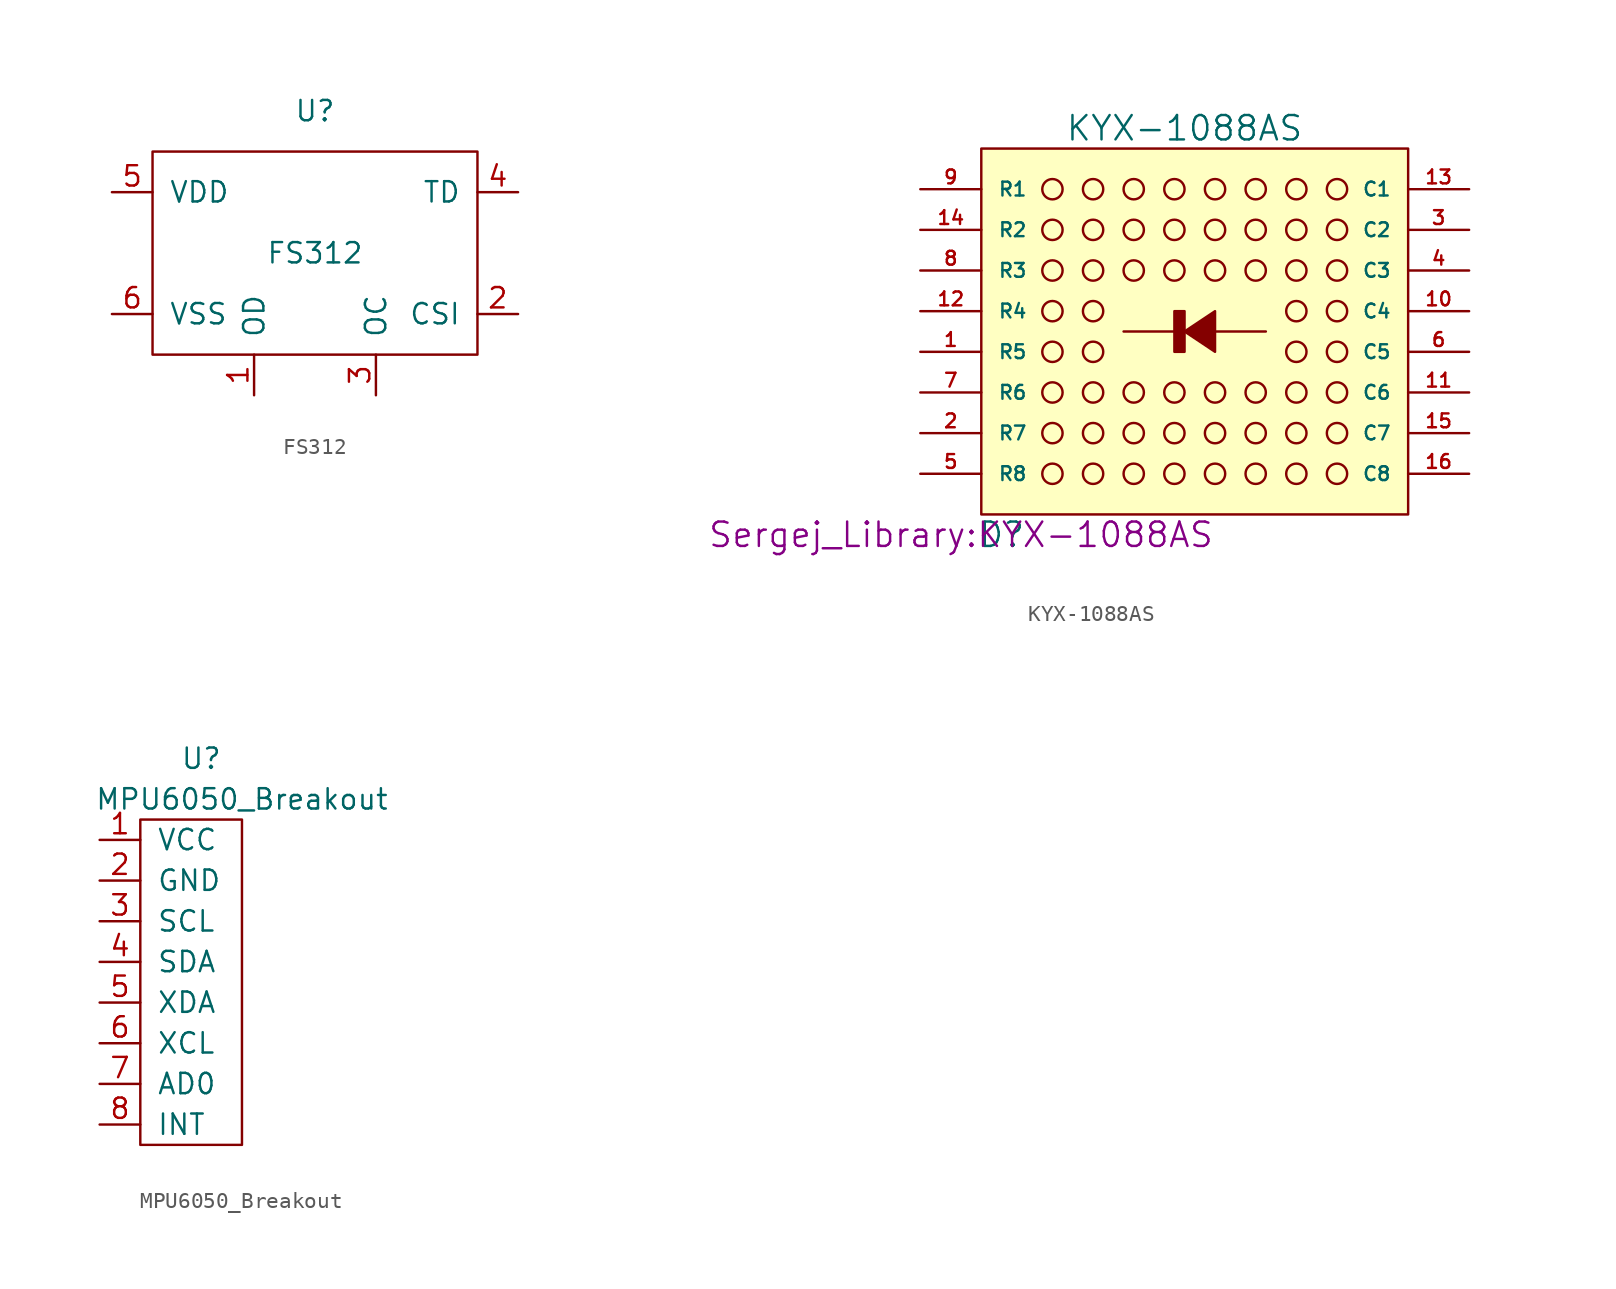
<source format=kicad_sym>
(kicad_symbol_lib
  (version 20211014)
  (generator kicad_symbol_editor)
  (symbol "FS312"
    (pin_names
      (offset 1.016))
    (property "Reference" "U"
      (at 0 0 0)
      (effects (font (size 1.27 1.27))))
    (property "Value" "FS312"
      (at 0 -8.89 0)
      (effects (font (size 1.27 1.27))))
    (symbol "FS312_0_1"
      (rectangle (start -10.16 -2.54) (end 10.16 -15.24) (stroke (width 0) (type default) (color 0 0 0 0)) (fill (type none))))
    (symbol "FS312_1_1"
      (pin output line (at -3.81 -17.78 90) (length 2.54) (name "OD" (effects (font (size 1.27 1.27)))) (number "1" (effects (font (size 1.27 1.27)))))
      (pin input line (at 12.7 -12.7 180) (length 2.54) (name "CSI" (effects (font (size 1.27 1.27)))) (number "2" (effects (font (size 1.27 1.27)))))
      (pin output line (at 3.81 -17.78 90) (length 2.54) (name "OC" (effects (font (size 1.27 1.27)))) (number "3" (effects (font (size 1.27 1.27)))))
      (pin input line (at 12.7 -5.08 180) (length 2.54) (name "TD" (effects (font (size 1.27 1.27)))) (number "4" (effects (font (size 1.27 1.27)))))
      (pin power_in line (at -12.7 -5.08 0) (length 2.54) (name "VDD" (effects (font (size 1.27 1.27)))) (number "5" (effects (font (size 1.27 1.27)))))
      (pin power_in line (at -12.7 -12.7 0) (length 2.54) (name "VSS" (effects (font (size 1.27 1.27)))) (number "6" (effects (font (size 1.27 1.27)))))))
  (symbol "KYX-1088AS"
    (pin_names
      (offset 1.016))
    (property "Reference" "D"
      (at 5.08 -1.27 0)
      (effects (font (size 1.524 1.524))))
    (property "Value" "KYX-1088AS"
      (at 16.51 24.13 0)
      (effects (font (size 1.524 1.524))))
    (property "Footprint" "Sergej_Library:KYX-1088AS"
      (at 2.54 -1.27 0)
      (effects (font (size 1.524 1.524))))
    (property "Datasheet" ""
      (at 2.54 -1.27 0)
      (effects (font (size 1.524 1.524))))
    (symbol "KYX-1088AS_0_1"
      (polyline (pts (xy 21.59 11.43) (xy 12.7 11.43)) (stroke (width 0) (type default) (color 0 0 0 0)) (fill (type none)))
      (polyline (pts (xy 16.51 11.43) (xy 18.415 12.7) (xy 18.415 10.16) (xy 16.51 11.43)) (stroke (width 0) (type default) (color 0 0 0 0)) (fill (type outline)))
      (polyline (pts (xy 15.875 12.7) (xy 15.875 10.16) (xy 16.51 10.16) (xy 16.51 12.7) (xy 15.875 12.7)) (stroke (width 0) (type default) (color 0 0 0 0)) (fill (type outline)))
      (rectangle (start 3.81 0) (end 30.48 22.86) (stroke (width 0) (type default) (color 0 0 0 0)) (fill (type background)))
      (circle (center 8.255 2.54) (radius 0.635) (stroke (width 0) (type default) (color 0 0 0 0)) (fill (type none)))
      (circle (center 8.255 5.08) (radius 0.635) (stroke (width 0) (type default) (color 0 0 0 0)) (fill (type none)))
      (circle (center 8.255 7.62) (radius 0.635) (stroke (width 0) (type default) (color 0 0 0 0)) (fill (type none)))
      (circle (center 8.255 10.16) (radius 0.635) (stroke (width 0) (type default) (color 0 0 0 0)) (fill (type none)))
      (circle (center 8.255 12.7) (radius 0.635) (stroke (width 0) (type default) (color 0 0 0 0)) (fill (type none)))
      (circle (center 8.255 15.24) (radius 0.635) (stroke (width 0) (type default) (color 0 0 0 0)) (fill (type none)))
      (circle (center 8.255 17.78) (radius 0.635) (stroke (width 0) (type default) (color 0 0 0 0)) (fill (type none)))
      (circle (center 8.255 20.32) (radius 0.635) (stroke (width 0) (type default) (color 0 0 0 0)) (fill (type none)))
      (circle (center 10.795 2.54) (radius 0.635) (stroke (width 0) (type default) (color 0 0 0 0)) (fill (type none)))
      (circle (center 10.795 5.08) (radius 0.635) (stroke (width 0) (type default) (color 0 0 0 0)) (fill (type none)))
      (circle (center 10.795 7.62) (radius 0.635) (stroke (width 0) (type default) (color 0 0 0 0)) (fill (type none)))
      (circle (center 10.795 10.16) (radius 0.635) (stroke (width 0) (type default) (color 0 0 0 0)) (fill (type none)))
      (circle (center 10.795 12.7) (radius 0.635) (stroke (width 0) (type default) (color 0 0 0 0)) (fill (type none)))
      (circle (center 10.795 15.24) (radius 0.635) (stroke (width 0) (type default) (color 0 0 0 0)) (fill (type none)))
      (circle (center 10.795 17.78) (radius 0.635) (stroke (width 0) (type default) (color 0 0 0 0)) (fill (type none)))
      (circle (center 10.795 20.32) (radius 0.635) (stroke (width 0) (type default) (color 0 0 0 0)) (fill (type none)))
      (circle (center 13.335 2.54) (radius 0.635) (stroke (width 0) (type default) (color 0 0 0 0)) (fill (type none)))
      (circle (center 13.335 5.08) (radius 0.635) (stroke (width 0) (type default) (color 0 0 0 0)) (fill (type none)))
      (circle (center 13.335 7.62) (radius 0.635) (stroke (width 0) (type default) (color 0 0 0 0)) (fill (type none)))
      (circle (center 13.335 15.24) (radius 0.635) (stroke (width 0) (type default) (color 0 0 0 0)) (fill (type none)))
      (circle (center 13.335 17.78) (radius 0.635) (stroke (width 0) (type default) (color 0 0 0 0)) (fill (type none)))
      (circle (center 13.335 20.32) (radius 0.635) (stroke (width 0) (type default) (color 0 0 0 0)) (fill (type none)))
      (circle (center 15.875 2.54) (radius 0.635) (stroke (width 0) (type default) (color 0 0 0 0)) (fill (type none)))
      (circle (center 15.875 5.08) (radius 0.635) (stroke (width 0) (type default) (color 0 0 0 0)) (fill (type none)))
      (circle (center 15.875 7.62) (radius 0.635) (stroke (width 0) (type default) (color 0 0 0 0)) (fill (type none)))
      (circle (center 15.875 15.24) (radius 0.635) (stroke (width 0) (type default) (color 0 0 0 0)) (fill (type none)))
      (circle (center 15.875 17.78) (radius 0.635) (stroke (width 0) (type default) (color 0 0 0 0)) (fill (type none)))
      (circle (center 15.875 20.32) (radius 0.635) (stroke (width 0) (type default) (color 0 0 0 0)) (fill (type none)))
      (circle (center 18.415 2.54) (radius 0.635) (stroke (width 0) (type default) (color 0 0 0 0)) (fill (type none)))
      (circle (center 18.415 5.08) (radius 0.635) (stroke (width 0) (type default) (color 0 0 0 0)) (fill (type none)))
      (circle (center 18.415 7.62) (radius 0.635) (stroke (width 0) (type default) (color 0 0 0 0)) (fill (type none)))
      (circle (center 18.415 15.24) (radius 0.635) (stroke (width 0) (type default) (color 0 0 0 0)) (fill (type none)))
      (circle (center 18.415 17.78) (radius 0.635) (stroke (width 0) (type default) (color 0 0 0 0)) (fill (type none)))
      (circle (center 18.415 20.32) (radius 0.635) (stroke (width 0) (type default) (color 0 0 0 0)) (fill (type none)))
      (circle (center 20.955 2.54) (radius 0.635) (stroke (width 0) (type default) (color 0 0 0 0)) (fill (type none)))
      (circle (center 20.955 5.08) (radius 0.635) (stroke (width 0) (type default) (color 0 0 0 0)) (fill (type none)))
      (circle (center 20.955 7.62) (radius 0.635) (stroke (width 0) (type default) (color 0 0 0 0)) (fill (type none)))
      (circle (center 20.955 15.24) (radius 0.635) (stroke (width 0) (type default) (color 0 0 0 0)) (fill (type none)))
      (circle (center 20.955 17.78) (radius 0.635) (stroke (width 0) (type default) (color 0 0 0 0)) (fill (type none)))
      (circle (center 20.955 20.32) (radius 0.635) (stroke (width 0) (type default) (color 0 0 0 0)) (fill (type none)))
      (circle (center 23.495 2.54) (radius 0.635) (stroke (width 0) (type default) (color 0 0 0 0)) (fill (type none)))
      (circle (center 23.495 5.08) (radius 0.635) (stroke (width 0) (type default) (color 0 0 0 0)) (fill (type none)))
      (circle (center 23.495 7.62) (radius 0.635) (stroke (width 0) (type default) (color 0 0 0 0)) (fill (type none)))
      (circle (center 23.495 10.16) (radius 0.635) (stroke (width 0) (type default) (color 0 0 0 0)) (fill (type none)))
      (circle (center 23.495 12.7) (radius 0.635) (stroke (width 0) (type default) (color 0 0 0 0)) (fill (type none)))
      (circle (center 23.495 15.24) (radius 0.635) (stroke (width 0) (type default) (color 0 0 0 0)) (fill (type none)))
      (circle (center 23.495 17.78) (radius 0.635) (stroke (width 0) (type default) (color 0 0 0 0)) (fill (type none)))
      (circle (center 23.495 20.32) (radius 0.635) (stroke (width 0) (type default) (color 0 0 0 0)) (fill (type none)))
      (circle (center 26.035 2.54) (radius 0.635) (stroke (width 0) (type default) (color 0 0 0 0)) (fill (type none)))
      (circle (center 26.035 5.08) (radius 0.635) (stroke (width 0) (type default) (color 0 0 0 0)) (fill (type none)))
      (circle (center 26.035 7.62) (radius 0.635) (stroke (width 0) (type default) (color 0 0 0 0)) (fill (type none)))
      (circle (center 26.035 10.16) (radius 0.635) (stroke (width 0) (type default) (color 0 0 0 0)) (fill (type none)))
      (circle (center 26.035 12.7) (radius 0.635) (stroke (width 0) (type default) (color 0 0 0 0)) (fill (type none)))
      (circle (center 26.035 15.24) (radius 0.635) (stroke (width 0) (type default) (color 0 0 0 0)) (fill (type none)))
      (circle (center 26.035 17.78) (radius 0.635) (stroke (width 0) (type default) (color 0 0 0 0)) (fill (type none)))
      (circle (center 26.035 20.32) (radius 0.635) (stroke (width 0) (type default) (color 0 0 0 0)) (fill (type none)))
      (pin output line (at 0 20.32 0) (length 3.81) (name "R1" (effects (font (size 0.864 0.864)))) (number "9" (effects (font (size 0.864 0.864))))))
    (symbol "KYX-1088AS_1_1"
      (pin output line (at 0 10.16 0) (length 3.81) (name "R5" (effects (font (size 0.864 0.864)))) (number "1" (effects (font (size 0.864 0.864)))))
      (pin input line (at 34.29 12.7 180) (length 3.81) (name "C4" (effects (font (size 0.864 0.864)))) (number "10" (effects (font (size 0.864 0.864)))))
      (pin input line (at 34.29 7.62 180) (length 3.81) (name "C6" (effects (font (size 0.864 0.864)))) (number "11" (effects (font (size 0.864 0.864)))))
      (pin output line (at 0 12.7 0) (length 3.81) (name "R4" (effects (font (size 0.864 0.864)))) (number "12" (effects (font (size 0.864 0.864)))))
      (pin input line (at 34.29 20.32 180) (length 3.81) (name "C1" (effects (font (size 0.864 0.864)))) (number "13" (effects (font (size 0.864 0.864)))))
      (pin output line (at 0 17.78 0) (length 3.81) (name "R2" (effects (font (size 0.864 0.864)))) (number "14" (effects (font (size 0.864 0.864)))))
      (pin input line (at 34.29 5.08 180) (length 3.81) (name "C7" (effects (font (size 0.864 0.864)))) (number "15" (effects (font (size 0.864 0.864)))))
      (pin input line (at 34.29 2.54 180) (length 3.81) (name "C8" (effects (font (size 0.864 0.864)))) (number "16" (effects (font (size 0.864 0.864)))))
      (pin output line (at 0 5.08 0) (length 3.81) (name "R7" (effects (font (size 0.864 0.864)))) (number "2" (effects (font (size 0.864 0.864)))))
      (pin input line (at 34.29 17.78 180) (length 3.81) (name "C2" (effects (font (size 0.864 0.864)))) (number "3" (effects (font (size 0.864 0.864)))))
      (pin input line (at 34.29 15.24 180) (length 3.81) (name "C3" (effects (font (size 0.864 0.864)))) (number "4" (effects (font (size 0.864 0.864)))))
      (pin output line (at 0 2.54 0) (length 3.81) (name "R8" (effects (font (size 0.864 0.864)))) (number "5" (effects (font (size 0.864 0.864)))))
      (pin input line (at 34.29 10.16 180) (length 3.81) (name "C5" (effects (font (size 0.864 0.864)))) (number "6" (effects (font (size 0.864 0.864)))))
      (pin output line (at 0 7.62 0) (length 3.81) (name "R6" (effects (font (size 0.864 0.864)))) (number "7" (effects (font (size 0.864 0.864)))))
      (pin output line (at 0 15.24 0) (length 3.81) (name "R3" (effects (font (size 0.864 0.864)))) (number "8" (effects (font (size 0.864 0.864)))))))
  (symbol "MPU6050_Breakout"
    (pin_names
      (offset 1.016))
    (property "Reference" "U"
      (at 2.54 8.89 0)
      (effects (font (size 1.27 1.27))))
    (property "Value" "MPU6050_Breakout"
      (at 5.08 6.35 0)
      (effects (font (size 1.27 1.27))))
    (symbol "MPU6050_Breakout_0_1"
      (rectangle (start -1.27 5.08) (end 5.08 -15.24) (stroke (width 0) (type default) (color 0 0 0 0)) (fill (type none))))
    (symbol "MPU6050_Breakout_1_1"
      (pin power_in line (at -3.81 3.81 0) (length 2.54) (name "VCC" (effects (font (size 1.27 1.27)))) (number "1" (effects (font (size 1.27 1.27)))))
      (pin power_in line (at -3.81 1.27 0) (length 2.54) (name "GND" (effects (font (size 1.27 1.27)))) (number "2" (effects (font (size 1.27 1.27)))))
      (pin input line (at -3.81 -1.27 0) (length 2.54) (name "SCL" (effects (font (size 1.27 1.27)))) (number "3" (effects (font (size 1.27 1.27)))))
      (pin input line (at -3.81 -3.81 0) (length 2.54) (name "SDA" (effects (font (size 1.27 1.27)))) (number "4" (effects (font (size 1.27 1.27)))))
      (pin input line (at -3.81 -6.35 0) (length 2.54) (name "XDA" (effects (font (size 1.27 1.27)))) (number "5" (effects (font (size 1.27 1.27)))))
      (pin input line (at -3.81 -8.89 0) (length 2.54) (name "XCL" (effects (font (size 1.27 1.27)))) (number "6" (effects (font (size 1.27 1.27)))))
      (pin input line (at -3.81 -11.43 0) (length 2.54) (name "AD0" (effects (font (size 1.27 1.27)))) (number "7" (effects (font (size 1.27 1.27)))))
      (pin input line (at -3.81 -13.97 0) (length 2.54) (name "INT" (effects (font (size 1.27 1.27)))) (number "8" (effects (font (size 1.27 1.27))))))))
</source>
